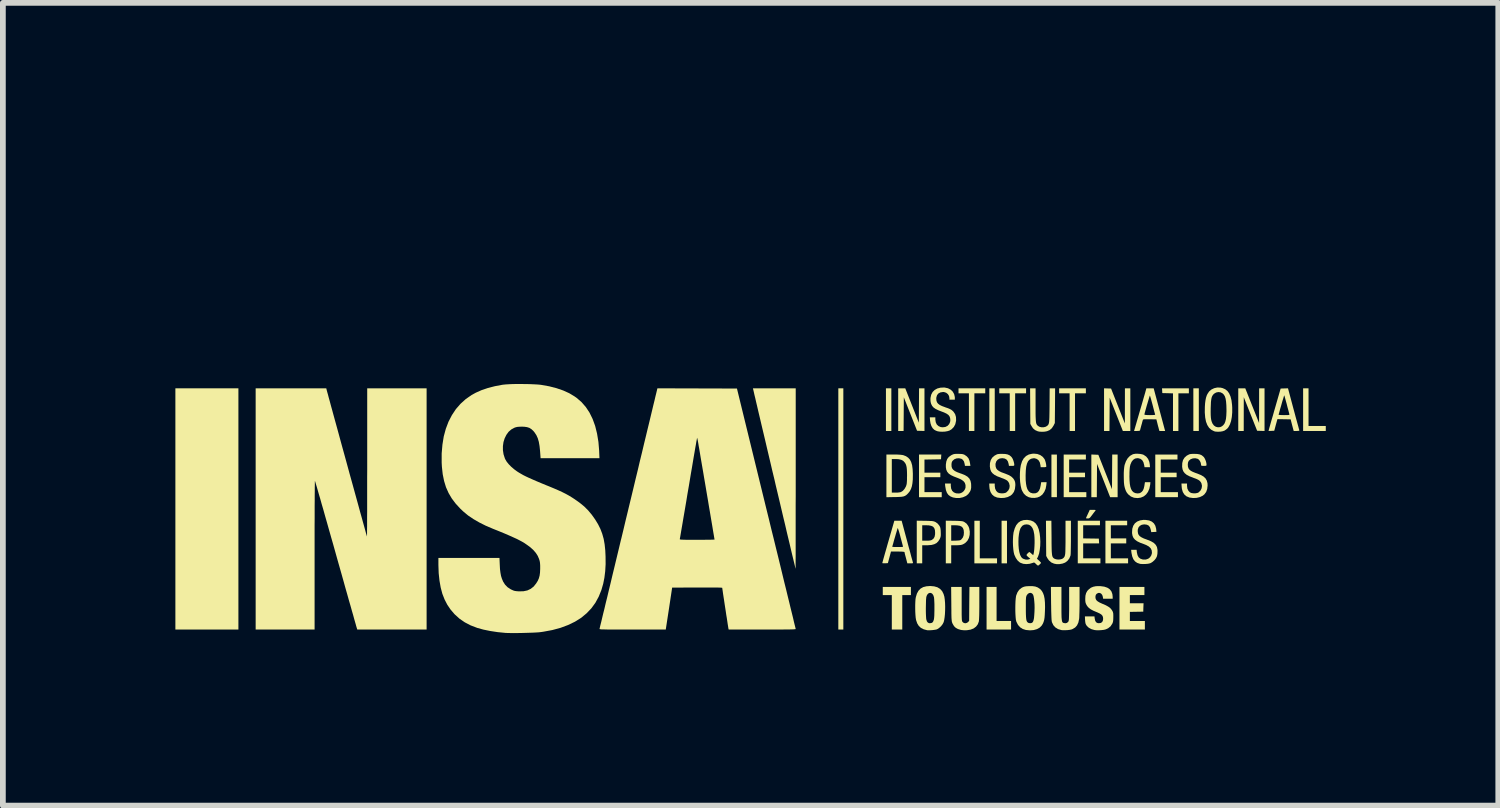
<source format=kicad_pcb>
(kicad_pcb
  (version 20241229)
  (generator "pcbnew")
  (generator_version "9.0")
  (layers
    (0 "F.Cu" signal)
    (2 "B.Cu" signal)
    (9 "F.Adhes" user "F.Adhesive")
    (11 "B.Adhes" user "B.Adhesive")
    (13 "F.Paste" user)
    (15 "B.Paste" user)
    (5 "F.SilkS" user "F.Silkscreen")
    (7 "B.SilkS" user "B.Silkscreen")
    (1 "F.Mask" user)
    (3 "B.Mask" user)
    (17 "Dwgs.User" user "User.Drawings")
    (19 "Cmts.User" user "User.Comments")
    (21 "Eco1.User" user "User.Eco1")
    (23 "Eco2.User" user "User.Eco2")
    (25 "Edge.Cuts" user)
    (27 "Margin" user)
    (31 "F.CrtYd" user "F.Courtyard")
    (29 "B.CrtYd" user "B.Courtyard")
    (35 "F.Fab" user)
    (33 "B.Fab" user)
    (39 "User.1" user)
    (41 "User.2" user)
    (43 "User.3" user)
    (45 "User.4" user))
  (footprint "INSA_Toulouse"
    (layer "F.Cu")
    (at 8.729 1.348)
    (property "Reference" "INSA_Toulouse" (at 0 -0.5 0) (unlocked yes) (layer "User.1") (effects (font (size 1 1) (thickness 0.15))))
    (fp_poly (pts (xy -7.633 6.55) (xy -8.729 6.55) (xy -8.729 2.355) (xy -7.633 2.355)) (stroke (width 0) (type solid)) (fill yes) (layer "F.SilkS"))
    (fp_poly (pts (xy 2.887 6.55) (xy 2.8 6.55) (xy 2.8 2.355) (xy 2.887 2.355)) (stroke (width 0) (type solid)) (fill yes) (layer "F.SilkS"))
    (fp_poly (pts (xy 3.722 3.097) (xy 3.628 3.097) (xy 3.628 2.355) (xy 3.722 2.355)) (stroke (width 0) (type solid)) (fill yes) (layer "F.SilkS"))
    (fp_poly (pts (xy 5.52 3.097) (xy 5.426 3.097) (xy 5.426 2.355) (xy 5.52 2.355)) (stroke (width 0) (type solid)) (fill yes) (layer "F.SilkS"))
    (fp_poly (pts (xy 5.733 5.399) (xy 5.639 5.399) (xy 5.639 4.658) (xy 5.733 4.658)) (stroke (width 0) (type solid)) (fill yes) (layer "F.SilkS"))
    (fp_poly (pts (xy 6.601 4.248) (xy 6.506 4.248) (xy 6.506 3.507) (xy 6.601 3.507)) (stroke (width 0) (type solid)) (fill yes) (layer "F.SilkS"))
    (fp_poly (pts (xy 9.069 3.097) (xy 8.974 3.097) (xy 8.974 2.355) (xy 9.069 2.355)) (stroke (width 0) (type solid)) (fill yes) (layer "F.SilkS"))
    (fp_poly (pts (xy 5.26 5.312) (xy 5.56 5.312) (xy 5.56 5.399) (xy 5.166 5.399) (xy 5.166 4.658) (xy 5.26 4.658)) (stroke (width 0) (type solid)) (fill yes) (layer "F.SilkS"))
    (fp_poly (pts (xy 5.552 6.401) (xy 5.804 6.401) (xy 5.804 6.55) (xy 5.378 6.55) (xy 5.378 5.809) (xy 5.552 5.809)) (stroke (width 0) (type solid)) (fill yes) (layer "F.SilkS"))
    (fp_poly (pts (xy 10.977 3.01) (xy 11.277 3.01) (xy 11.277 3.097) (xy 10.883 3.097) (xy 10.883 2.355) (xy 10.977 2.355)) (stroke (width 0) (type solid)) (fill yes) (layer "F.SilkS"))
    (fp_poly (pts (xy 4.062 5.951) (xy 3.912 5.951) (xy 3.912 6.55) (xy 3.73 6.55) (xy 3.73 5.951) (xy 3.573 5.951) (xy 3.573 5.809) (xy 4.062 5.809)) (stroke (width 0) (type solid)) (fill yes) (layer "F.SilkS"))
    (fp_poly (pts (xy 5.355 2.442) (xy 5.166 2.442) (xy 5.166 3.097) (xy 5.071 3.097) (xy 5.071 2.442) (xy 4.89 2.442) (xy 4.89 2.355) (xy 5.355 2.355)) (stroke (width 0) (type solid)) (fill yes) (layer "F.SilkS"))
    (fp_poly (pts (xy 6.065 2.442) (xy 5.875 2.442) (xy 5.875 3.097) (xy 5.781 3.097) (xy 5.781 2.442) (xy 5.599 2.442) (xy 5.599 2.355) (xy 6.065 2.355)) (stroke (width 0) (type solid)) (fill yes) (layer "F.SilkS"))
    (fp_poly (pts (xy 7.105 2.442) (xy 6.916 2.442) (xy 6.916 3.097) (xy 6.822 3.097) (xy 6.822 2.442) (xy 6.64 2.442) (xy 6.64 2.355) (xy 7.105 2.355)) (stroke (width 0) (type solid)) (fill yes) (layer "F.SilkS"))
    (fp_poly (pts (xy 8.896 2.442) (xy 8.714 2.442) (xy 8.714 3.097) (xy 8.62 3.097) (xy 8.62 2.443) (xy 8.527 2.44) (xy 8.434 2.438) (xy 8.432 2.397) (xy 8.429 2.355) (xy 8.896 2.355)) (stroke (width 0) (type solid)) (fill yes) (layer "F.SilkS"))
    (fp_poly (pts (xy 7.105 3.593) (xy 6.814 3.593) (xy 6.814 3.822) (xy 7.09 3.822) (xy 7.09 3.901) (xy 6.814 3.901) (xy 6.814 4.161) (xy 7.113 4.161) (xy 7.113 4.248) (xy 6.719 4.248) (xy 6.719 3.507) (xy 7.105 3.507)) (stroke (width 0) (type solid)) (fill yes) (layer "F.SilkS"))
    (fp_poly (pts (xy 7.823 4.737) (xy 7.539 4.737) (xy 7.539 4.965) (xy 7.807 4.965) (xy 7.807 5.052) (xy 7.539 5.052) (xy 7.539 5.312) (xy 7.839 5.312) (xy 7.839 5.399) (xy 7.445 5.399) (xy 7.445 4.658) (xy 7.823 4.658)) (stroke (width 0) (type solid)) (fill yes) (layer "F.SilkS"))
    (fp_poly (pts (xy 8.698 3.593) (xy 8.407 3.593) (xy 8.407 3.822) (xy 8.683 3.822) (xy 8.683 3.901) (xy 8.407 3.901) (xy 8.407 4.161) (xy 8.706 4.161) (xy 8.706 4.248) (xy 8.312 4.248) (xy 8.312 3.507) (xy 8.698 3.507)) (stroke (width 0) (type solid)) (fill yes) (layer "F.SilkS"))
    (fp_poly (pts (xy 10.212 3.097) (xy 10.083 3.093) (xy 9.851 2.509) (xy 9.85 3.097) (xy 9.755 3.097) (xy 9.755 2.355) (xy 9.816 2.355) (xy 9.877 2.355) (xy 9.997 2.657) (xy 10.117 2.959) (xy 10.118 2.355) (xy 10.212 2.355)) (stroke (width 0) (type solid)) (fill yes) (layer "F.SilkS"))
    (fp_poly (pts (xy 4.588 3.548) (xy 4.586 3.589) (xy 4.298 3.594) (xy 4.298 3.822) (xy 4.574 3.822) (xy 4.574 3.901) (xy 4.298 3.901) (xy 4.298 4.161) (xy 4.598 4.161) (xy 4.598 4.248) (xy 4.203 4.248) (xy 4.203 3.507) (xy 4.591 3.507)) (stroke (width 0) (type solid)) (fill yes) (layer "F.SilkS"))
    (fp_poly (pts (xy 4.082 2.654) (xy 4.2 2.953) (xy 4.202 2.654) (xy 4.204 2.355) (xy 4.298 2.355) (xy 4.298 3.097) (xy 4.234 3.095) (xy 4.169 3.093) (xy 3.939 2.511) (xy 3.937 2.804) (xy 3.935 3.097) (xy 3.841 3.097) (xy 3.841 2.355) (xy 3.964 2.355)) (stroke (width 0) (type solid)) (fill yes) (layer "F.SilkS"))
    (fp_poly (pts (xy 7.322 3.511) (xy 7.559 4.11) (xy 7.561 3.808) (xy 7.563 3.507) (xy 7.657 3.507) (xy 7.657 4.248) (xy 7.592 4.248) (xy 7.527 4.248) (xy 7.413 3.958) (xy 7.299 3.669) (xy 7.297 3.958) (xy 7.295 4.248) (xy 7.2 4.248) (xy 7.2 3.506)) (stroke (width 0) (type solid)) (fill yes) (layer "F.SilkS"))
    (fp_poly (pts (xy 7.35 4.737) (xy 7.058 4.737) (xy 7.058 4.965) (xy 7.194 4.967) (xy 7.33 4.969) (xy 7.333 5.011) (xy 7.335 5.052) (xy 7.058 5.052) (xy 7.058 5.312) (xy 7.358 5.312) (xy 7.358 5.399) (xy 6.964 5.399) (xy 6.964 4.658) (xy 7.35 4.658)) (stroke (width 0) (type solid)) (fill yes) (layer "F.SilkS"))
    (fp_poly (pts (xy 7.543 2.359) (xy 7.663 2.663) (xy 7.783 2.966) (xy 7.784 2.355) (xy 7.878 2.355) (xy 7.878 3.097) (xy 7.813 3.097) (xy 7.748 3.097) (xy 7.634 2.807) (xy 7.519 2.518) (xy 7.517 2.807) (xy 7.515 3.097) (xy 7.421 3.097) (xy 7.421 2.355)) (stroke (width 0) (type solid)) (fill yes) (layer "F.SilkS"))
    (fp_poly (pts (xy 8.123 5.951) (xy 7.87 5.951) (xy 7.87 6.093) (xy 8.108 6.093) (xy 8.105 6.166) (xy 8.103 6.239) (xy 7.987 6.241) (xy 7.87 6.243) (xy 7.87 6.401) (xy 8.131 6.401) (xy 8.131 6.55) (xy 7.689 6.55) (xy 7.689 5.809) (xy 8.123 5.809)) (stroke (width 0) (type solid)) (fill yes) (layer "F.SilkS"))
    (fp_poly (pts (xy 7.255 4.469) (xy 7.271 4.471) (xy 7.275 4.476) (xy 7.273 4.479) (xy 7.266 4.489) (xy 7.251 4.508) (xy 7.231 4.534) (xy 7.217 4.553) (xy 7.194 4.583) (xy 7.179 4.602) (xy 7.166 4.612) (xy 7.155 4.617) (xy 7.141 4.618) (xy 7.136 4.618) (xy 7.117 4.617) (xy 7.107 4.614) (xy 7.107 4.612) (xy 7.111 4.602) (xy 7.12 4.582) (xy 7.133 4.554) (xy 7.141 4.537) (xy 7.172 4.469) (xy 7.226 4.469)) (stroke (width 0) (type solid)) (fill yes) (layer "F.SilkS"))
    (fp_poly (pts (xy 4.813 4.659) (xy 4.865 4.66) (xy 4.904 4.662) (xy 4.932 4.664) (xy 4.953 4.666) (xy 4.968 4.67) (xy 4.982 4.675) (xy 4.989 4.679) (xy 5.031 4.709) (xy 5.06 4.75) (xy 5.075 4.786) (xy 5.086 4.846) (xy 5.084 4.904) (xy 5.071 4.957) (xy 5.046 5.004) (xy 5.01 5.042) (xy 4.973 5.065) (xy 4.952 5.074) (xy 4.931 5.079) (xy 4.906 5.082) (xy 4.872 5.084) (xy 4.848 5.084) (xy 4.763 5.084) (xy 4.763 5.399) (xy 4.669 5.399) (xy 4.669 4.737) (xy 4.763 4.737) (xy 4.763 5.006) (xy 4.842 5.004) (xy 4.878 5.002) (xy 4.903 5) (xy 4.92 4.996) (xy 4.932 4.989) (xy 4.941 4.981) (xy 4.966 4.949) (xy 4.98 4.91) (xy 4.984 4.865) (xy 4.98 4.819) (xy 4.967 4.785) (xy 4.945 4.761) (xy 4.911 4.745) (xy 4.864 4.738) (xy 4.832 4.737) (xy 4.763 4.737) (xy 4.669 4.737) (xy 4.669 4.657)) (stroke (width 0) (type solid)) (fill yes) (layer "F.SilkS"))
    (fp_poly (pts (xy 6.23 2.647) (xy 6.23 2.727) (xy 6.23 2.793) (xy 6.231 2.846) (xy 6.233 2.888) (xy 6.235 2.921) (xy 6.238 2.946) (xy 6.242 2.965) (xy 6.248 2.98) (xy 6.255 2.991) (xy 6.264 3.001) (xy 6.273 3.009) (xy 6.3 3.025) (xy 6.335 3.033) (xy 6.373 3.032) (xy 6.407 3.023) (xy 6.419 3.016) (xy 6.432 3.007) (xy 6.442 2.999) (xy 6.45 2.989) (xy 6.457 2.976) (xy 6.462 2.958) (xy 6.466 2.935) (xy 6.468 2.904) (xy 6.47 2.863) (xy 6.471 2.812) (xy 6.472 2.748) (xy 6.473 2.671) (xy 6.473 2.653) (xy 6.475 2.355) (xy 6.57 2.355) (xy 6.568 2.657) (xy 6.565 2.959) (xy 6.543 3.003) (xy 6.513 3.049) (xy 6.474 3.082) (xy 6.429 3.101) (xy 6.388 3.109) (xy 6.34 3.111) (xy 6.293 3.108) (xy 6.265 3.101) (xy 6.221 3.081) (xy 6.185 3.05) (xy 6.162 3.015) (xy 6.139 2.974) (xy 6.137 2.665) (xy 6.135 2.355) (xy 6.23 2.355)) (stroke (width 0) (type solid)) (fill yes) (layer "F.SilkS"))
    (fp_poly (pts (xy 4.308 4.659) (xy 4.36 4.66) (xy 4.398 4.662) (xy 4.427 4.663) (xy 4.447 4.666) (xy 4.463 4.67) (xy 4.477 4.675) (xy 4.492 4.682) (xy 4.527 4.707) (xy 4.554 4.74) (xy 4.566 4.76) (xy 4.573 4.778) (xy 4.577 4.799) (xy 4.58 4.828) (xy 4.581 4.857) (xy 4.582 4.894) (xy 4.581 4.92) (xy 4.577 4.941) (xy 4.571 4.959) (xy 4.563 4.977) (xy 4.538 5.016) (xy 4.508 5.046) (xy 4.469 5.066) (xy 4.42 5.079) (xy 4.359 5.084) (xy 4.341 5.084) (xy 4.259 5.084) (xy 4.259 5.399) (xy 4.164 5.399) (xy 4.164 4.737) (xy 4.259 4.737) (xy 4.259 5.005) (xy 4.332 5.005) (xy 4.37 5.004) (xy 4.397 5.001) (xy 4.416 4.996) (xy 4.43 4.989) (xy 4.457 4.967) (xy 4.474 4.936) (xy 4.482 4.896) (xy 4.483 4.867) (xy 4.48 4.821) (xy 4.468 4.786) (xy 4.447 4.761) (xy 4.414 4.746) (xy 4.37 4.738) (xy 4.332 4.737) (xy 4.259 4.737) (xy 4.164 4.737) (xy 4.164 4.657)) (stroke (width 0) (type solid)) (fill yes) (layer "F.SilkS"))
    (fp_poly (pts (xy 2.059 3.925) (xy 2.059 4.081) (xy 2.059 4.232) (xy 2.058 4.379) (xy 2.058 4.52) (xy 2.058 4.655) (xy 2.058 4.782) (xy 2.058 4.902) (xy 2.058 5.012) (xy 2.058 5.113) (xy 2.058 5.204) (xy 2.058 5.284) (xy 2.057 5.352) (xy 2.057 5.408) (xy 2.057 5.45) (xy 2.057 5.479) (xy 2.057 5.493) (xy 2.057 5.494) (xy 2.055 5.486) (xy 2.049 5.464) (xy 2.041 5.428) (xy 2.029 5.379) (xy 2.014 5.317) (xy 1.996 5.243) (xy 1.976 5.159) (xy 1.954 5.064) (xy 1.929 4.96) (xy 1.902 4.847) (xy 1.874 4.725) (xy 1.843 4.597) (xy 1.811 4.461) (xy 1.778 4.32) (xy 1.743 4.173) (xy 1.707 4.022) (xy 1.689 3.942) (xy 1.652 3.789) (xy 1.617 3.639) (xy 1.583 3.495) (xy 1.55 3.355) (xy 1.519 3.222) (xy 1.489 3.096) (xy 1.461 2.978) (xy 1.435 2.867) (xy 1.411 2.766) (xy 1.39 2.675) (xy 1.371 2.595) (xy 1.355 2.525) (xy 1.341 2.468) (xy 1.331 2.423) (xy 1.324 2.393) (xy 1.32 2.376) (xy 1.319 2.373) (xy 1.315 2.355) (xy 2.059 2.355)) (stroke (width 0) (type solid)) (fill yes) (layer "F.SilkS"))
    (fp_poly (pts (xy 6.508 4.956) (xy 6.508 5.036) (xy 6.509 5.103) (xy 6.51 5.157) (xy 6.512 5.2) (xy 6.515 5.233) (xy 6.518 5.258) (xy 6.523 5.277) (xy 6.529 5.291) (xy 6.537 5.301) (xy 6.546 5.31) (xy 6.558 5.318) (xy 6.559 5.318) (xy 6.585 5.328) (xy 6.62 5.333) (xy 6.655 5.331) (xy 6.687 5.323) (xy 6.701 5.316) (xy 6.713 5.307) (xy 6.723 5.297) (xy 6.731 5.286) (xy 6.737 5.272) (xy 6.742 5.253) (xy 6.746 5.228) (xy 6.748 5.195) (xy 6.749 5.153) (xy 6.75 5.099) (xy 6.751 5.033) (xy 6.751 4.953) (xy 6.751 4.952) (xy 6.751 4.658) (xy 6.845 4.658) (xy 6.845 4.948) (xy 6.845 5.019) (xy 6.844 5.084) (xy 6.843 5.142) (xy 6.842 5.192) (xy 6.841 5.23) (xy 6.839 5.255) (xy 6.837 5.265) (xy 6.817 5.314) (xy 6.784 5.356) (xy 6.744 5.386) (xy 6.699 5.403) (xy 6.647 5.412) (xy 6.593 5.412) (xy 6.551 5.404) (xy 6.503 5.383) (xy 6.463 5.348) (xy 6.435 5.308) (xy 6.415 5.27) (xy 6.413 4.964) (xy 6.411 4.658) (xy 6.505 4.658)) (stroke (width 0) (type solid)) (fill yes) (layer "F.SilkS"))
    (fp_poly (pts (xy 4.945 6.104) (xy 4.945 6.18) (xy 4.945 6.242) (xy 4.945 6.291) (xy 4.946 6.329) (xy 4.947 6.358) (xy 4.948 6.379) (xy 4.95 6.394) (xy 4.953 6.404) (xy 4.956 6.412) (xy 4.96 6.418) (xy 4.961 6.419) (xy 4.983 6.436) (xy 5.011 6.441) (xy 5.038 6.433) (xy 5.056 6.42) (xy 5.075 6.399) (xy 5.077 6.104) (xy 5.08 5.809) (xy 5.252 5.809) (xy 5.252 6.089) (xy 5.252 6.169) (xy 5.251 6.24) (xy 5.25 6.301) (xy 5.248 6.35) (xy 5.246 6.386) (xy 5.244 6.407) (xy 5.244 6.409) (xy 5.226 6.458) (xy 5.195 6.499) (xy 5.153 6.531) (xy 5.099 6.552) (xy 5.036 6.562) (xy 5.035 6.562) (xy 4.989 6.563) (xy 4.947 6.559) (xy 4.929 6.556) (xy 4.88 6.541) (xy 4.842 6.52) (xy 4.813 6.492) (xy 4.789 6.452) (xy 4.785 6.444) (xy 4.781 6.433) (xy 4.777 6.423) (xy 4.774 6.411) (xy 4.772 6.395) (xy 4.77 6.375) (xy 4.768 6.348) (xy 4.767 6.312) (xy 4.766 6.267) (xy 4.766 6.21) (xy 4.765 6.139) (xy 4.765 6.107) (xy 4.762 5.809) (xy 4.945 5.809)) (stroke (width 0) (type solid)) (fill yes) (layer "F.SilkS"))
    (fp_poly (pts (xy 6.68 6.097) (xy 6.68 6.178) (xy 6.68 6.244) (xy 6.681 6.297) (xy 6.682 6.339) (xy 6.685 6.371) (xy 6.688 6.394) (xy 6.692 6.411) (xy 6.697 6.422) (xy 6.704 6.429) (xy 6.712 6.434) (xy 6.715 6.435) (xy 6.748 6.441) (xy 6.777 6.434) (xy 6.799 6.414) (xy 6.802 6.408) (xy 6.805 6.4) (xy 6.808 6.386) (xy 6.81 6.367) (xy 6.811 6.34) (xy 6.812 6.304) (xy 6.813 6.258) (xy 6.814 6.199) (xy 6.814 6.126) (xy 6.814 6.097) (xy 6.814 5.809) (xy 6.995 5.809) (xy 6.995 6.06) (xy 6.995 6.124) (xy 6.994 6.186) (xy 6.993 6.243) (xy 6.991 6.293) (xy 6.99 6.333) (xy 6.988 6.361) (xy 6.987 6.368) (xy 6.974 6.429) (xy 6.951 6.478) (xy 6.918 6.515) (xy 6.874 6.541) (xy 6.861 6.547) (xy 6.827 6.555) (xy 6.784 6.56) (xy 6.739 6.562) (xy 6.697 6.561) (xy 6.678 6.559) (xy 6.62 6.542) (xy 6.574 6.513) (xy 6.539 6.474) (xy 6.515 6.423) (xy 6.514 6.42) (xy 6.511 6.404) (xy 6.508 6.377) (xy 6.506 6.338) (xy 6.504 6.286) (xy 6.502 6.219) (xy 6.501 6.138) (xy 6.5 6.099) (xy 6.497 5.809) (xy 6.68 5.809)) (stroke (width 0) (type solid)) (fill yes) (layer "F.SilkS"))
    (fp_poly (pts (xy 3.827 3.507) (xy 3.876 3.51) (xy 3.911 3.514) (xy 3.931 3.518) (xy 3.977 3.536) (xy 4.015 3.562) (xy 4.045 3.595) (xy 4.067 3.638) (xy 4.083 3.692) (xy 4.092 3.759) (xy 4.096 3.838) (xy 4.096 3.861) (xy 4.095 3.94) (xy 4.089 4.005) (xy 4.079 4.059) (xy 4.064 4.104) (xy 4.044 4.143) (xy 4.017 4.177) (xy 3.996 4.199) (xy 3.977 4.215) (xy 3.956 4.227) (xy 3.931 4.236) (xy 3.9 4.241) (xy 3.859 4.244) (xy 3.806 4.246) (xy 3.78 4.246) (xy 3.636 4.249) (xy 3.636 4.169) (xy 3.73 4.169) (xy 3.798 4.169) (xy 3.835 4.168) (xy 3.867 4.164) (xy 3.889 4.159) (xy 3.89 4.158) (xy 3.922 4.138) (xy 3.951 4.105) (xy 3.974 4.065) (xy 3.98 4.049) (xy 3.986 4.03) (xy 3.99 4.009) (xy 3.992 3.982) (xy 3.994 3.947) (xy 3.994 3.901) (xy 3.995 3.873) (xy 3.994 3.814) (xy 3.992 3.767) (xy 3.988 3.73) (xy 3.982 3.701) (xy 3.974 3.677) (xy 3.962 3.655) (xy 3.957 3.648) (xy 3.931 3.619) (xy 3.895 3.599) (xy 3.85 3.588) (xy 3.8 3.585) (xy 3.73 3.585) (xy 3.73 4.169) (xy 3.636 4.169) (xy 3.636 3.507) (xy 3.765 3.507)) (stroke (width 0) (type solid)) (fill yes) (layer "F.SilkS"))
    (fp_poly (pts (xy 6.261 3.497) (xy 6.312 3.516) (xy 6.354 3.546) (xy 6.386 3.586) (xy 6.391 3.597) (xy 6.399 3.619) (xy 6.407 3.647) (xy 6.413 3.676) (xy 6.416 3.701) (xy 6.416 3.718) (xy 6.415 3.721) (xy 6.405 3.724) (xy 6.385 3.727) (xy 6.365 3.727) (xy 6.319 3.727) (xy 6.315 3.693) (xy 6.304 3.644) (xy 6.283 3.608) (xy 6.253 3.584) (xy 6.216 3.572) (xy 6.188 3.572) (xy 6.152 3.58) (xy 6.122 3.598) (xy 6.098 3.626) (xy 6.08 3.667) (xy 6.067 3.719) (xy 6.06 3.785) (xy 6.057 3.865) (xy 6.057 3.877) (xy 6.058 3.953) (xy 6.064 4.014) (xy 6.073 4.064) (xy 6.086 4.104) (xy 6.09 4.113) (xy 6.114 4.149) (xy 6.143 4.171) (xy 6.182 4.182) (xy 6.188 4.182) (xy 6.229 4.18) (xy 6.262 4.166) (xy 6.288 4.138) (xy 6.307 4.097) (xy 6.319 4.043) (xy 6.328 3.988) (xy 6.422 3.988) (xy 6.417 4.039) (xy 6.405 4.102) (xy 6.381 4.157) (xy 6.348 4.203) (xy 6.305 4.236) (xy 6.263 4.253) (xy 6.213 4.261) (xy 6.161 4.26) (xy 6.112 4.249) (xy 6.112 4.249) (xy 6.065 4.224) (xy 6.026 4.187) (xy 5.997 4.138) (xy 5.986 4.112) (xy 5.972 4.053) (xy 5.962 3.984) (xy 5.957 3.909) (xy 5.958 3.831) (xy 5.963 3.757) (xy 5.974 3.69) (xy 5.975 3.688) (xy 5.995 3.624) (xy 6.025 3.572) (xy 6.065 3.532) (xy 6.113 3.506) (xy 6.17 3.493) (xy 6.202 3.491)) (stroke (width 0) (type solid)) (fill yes) (layer "F.SilkS"))
    (fp_poly (pts (xy 10.716 2.715) (xy 10.736 2.788) (xy 10.754 2.856) (xy 10.771 2.918) (xy 10.786 2.973) (xy 10.799 3.019) (xy 10.808 3.054) (xy 10.815 3.077) (xy 10.817 3.086) (xy 10.816 3.092) (xy 10.806 3.095) (xy 10.783 3.096) (xy 10.77 3.097) (xy 10.719 3.097) (xy 10.692 2.996) (xy 10.666 2.895) (xy 10.551 2.893) (xy 10.436 2.891) (xy 10.408 2.992) (xy 10.381 3.093) (xy 10.331 3.095) (xy 10.282 3.097) (xy 10.287 3.075) (xy 10.29 3.063) (xy 10.297 3.038) (xy 10.308 3) (xy 10.321 2.953) (xy 10.337 2.896) (xy 10.356 2.833) (xy 10.361 2.815) (xy 10.457 2.815) (xy 10.464 2.817) (xy 10.484 2.819) (xy 10.514 2.82) (xy 10.551 2.821) (xy 10.552 2.821) (xy 10.593 2.82) (xy 10.619 2.82) (xy 10.635 2.818) (xy 10.643 2.815) (xy 10.645 2.81) (xy 10.643 2.803) (xy 10.643 2.803) (xy 10.64 2.79) (xy 10.633 2.764) (xy 10.624 2.729) (xy 10.612 2.686) (xy 10.6 2.638) (xy 10.598 2.629) (xy 10.585 2.583) (xy 10.574 2.542) (xy 10.565 2.509) (xy 10.558 2.487) (xy 10.554 2.477) (xy 10.554 2.476) (xy 10.551 2.484) (xy 10.545 2.505) (xy 10.536 2.536) (xy 10.524 2.573) (xy 10.512 2.615) (xy 10.5 2.659) (xy 10.487 2.702) (xy 10.476 2.742) (xy 10.467 2.776) (xy 10.46 2.8) (xy 10.457 2.813) (xy 10.457 2.815) (xy 10.361 2.815) (xy 10.375 2.765) (xy 10.392 2.706) (xy 10.492 2.359) (xy 10.556 2.357) (xy 10.62 2.355)) (stroke (width 0) (type solid)) (fill yes) (layer "F.SilkS"))
    (fp_poly (pts (xy 8.049 3.496) (xy 8.085 3.503) (xy 8.108 3.511) (xy 8.154 3.542) (xy 8.187 3.583) (xy 8.208 3.634) (xy 8.216 3.678) (xy 8.22 3.727) (xy 8.125 3.727) (xy 8.119 3.69) (xy 8.106 3.641) (xy 8.084 3.604) (xy 8.053 3.581) (xy 8.013 3.57) (xy 7.998 3.57) (xy 7.96 3.577) (xy 7.927 3.599) (xy 7.9 3.633) (xy 7.88 3.679) (xy 7.871 3.716) (xy 7.868 3.742) (xy 7.865 3.779) (xy 7.863 3.823) (xy 7.863 3.869) (xy 7.862 3.877) (xy 7.864 3.954) (xy 7.869 4.016) (xy 7.878 4.067) (xy 7.891 4.106) (xy 7.908 4.137) (xy 7.931 4.16) (xy 7.935 4.163) (xy 7.964 4.177) (xy 8 4.183) (xy 8.034 4.18) (xy 8.05 4.174) (xy 8.076 4.156) (xy 8.097 4.131) (xy 8.111 4.098) (xy 8.122 4.053) (xy 8.126 4.025) (xy 8.132 3.988) (xy 8.227 3.988) (xy 8.223 4.034) (xy 8.209 4.1) (xy 8.185 4.156) (xy 8.152 4.201) (xy 8.11 4.235) (xy 8.06 4.256) (xy 8.004 4.264) (xy 7.943 4.258) (xy 7.937 4.256) (xy 7.887 4.236) (xy 7.845 4.202) (xy 7.84 4.197) (xy 7.818 4.17) (xy 7.802 4.142) (xy 7.789 4.108) (xy 7.779 4.074) (xy 7.772 4.04) (xy 7.767 3.994) (xy 7.765 3.94) (xy 7.764 3.882) (xy 7.764 3.824) (xy 7.767 3.77) (xy 7.772 3.724) (xy 7.778 3.689) (xy 7.778 3.689) (xy 7.802 3.623) (xy 7.833 3.57) (xy 7.872 3.53) (xy 7.917 3.504) (xy 7.936 3.498) (xy 7.968 3.493) (xy 8.008 3.493)) (stroke (width 0) (type solid)) (fill yes) (layer "F.SilkS"))
    (fp_poly (pts (xy 8.221 2.355) (xy 8.284 2.355) (xy 8.483 3.097) (xy 8.384 3.097) (xy 8.374 3.063) (xy 8.368 3.039) (xy 8.359 3.007) (xy 8.35 2.971) (xy 8.348 2.962) (xy 8.331 2.895) (xy 8.215 2.893) (xy 8.17 2.893) (xy 8.139 2.893) (xy 8.118 2.894) (xy 8.105 2.896) (xy 8.099 2.9) (xy 8.096 2.905) (xy 8.092 2.918) (xy 8.085 2.943) (xy 8.077 2.975) (xy 8.071 2.994) (xy 8.062 3.028) (xy 8.054 3.057) (xy 8.049 3.077) (xy 8.047 3.083) (xy 8.042 3.091) (xy 8.029 3.095) (xy 8.007 3.096) (xy 7.993 3.097) (xy 7.943 3.097) (xy 8.026 2.811) (xy 8.123 2.811) (xy 8.128 2.815) (xy 8.145 2.818) (xy 8.174 2.82) (xy 8.218 2.821) (xy 8.218 2.821) (xy 8.259 2.82) (xy 8.286 2.819) (xy 8.302 2.817) (xy 8.309 2.814) (xy 8.309 2.809) (xy 8.309 2.809) (xy 8.306 2.798) (xy 8.299 2.774) (xy 8.29 2.74) (xy 8.279 2.698) (xy 8.267 2.651) (xy 8.264 2.639) (xy 8.251 2.592) (xy 8.24 2.55) (xy 8.23 2.517) (xy 8.223 2.493) (xy 8.219 2.482) (xy 8.218 2.481) (xy 8.215 2.489) (xy 8.208 2.508) (xy 8.199 2.538) (xy 8.188 2.575) (xy 8.176 2.616) (xy 8.163 2.659) (xy 8.151 2.702) (xy 8.14 2.741) (xy 8.131 2.774) (xy 8.125 2.798) (xy 8.123 2.811) (xy 8.123 2.811) (xy 8.026 2.811) (xy 8.033 2.787) (xy 8.053 2.717) (xy 8.073 2.65) (xy 8.091 2.587) (xy 8.107 2.531) (xy 8.121 2.483) (xy 8.132 2.445) (xy 8.139 2.421) (xy 8.14 2.416) (xy 8.157 2.355)) (stroke (width 0) (type solid)) (fill yes) (layer "F.SilkS"))
    (fp_poly (pts (xy 9.446 2.343) (xy 9.482 2.351) (xy 9.528 2.371) (xy 9.566 2.401) (xy 9.596 2.442) (xy 9.62 2.496) (xy 9.637 2.562) (xy 9.647 2.642) (xy 9.65 2.69) (xy 9.65 2.775) (xy 9.643 2.854) (xy 9.63 2.924) (xy 9.61 2.983) (xy 9.584 3.031) (xy 9.567 3.052) (xy 9.546 3.07) (xy 9.52 3.088) (xy 9.515 3.091) (xy 9.482 3.102) (xy 9.44 3.109) (xy 9.396 3.11) (xy 9.355 3.107) (xy 9.334 3.101) (xy 9.286 3.076) (xy 9.247 3.041) (xy 9.217 2.994) (xy 9.194 2.935) (xy 9.18 2.863) (xy 9.173 2.778) (xy 9.173 2.765) (xy 9.275 2.765) (xy 9.276 2.822) (xy 9.279 2.868) (xy 9.285 2.906) (xy 9.294 2.937) (xy 9.306 2.966) (xy 9.308 2.969) (xy 9.332 3.002) (xy 9.365 3.024) (xy 9.402 3.033) (xy 9.44 3.03) (xy 9.472 3.015) (xy 9.496 2.994) (xy 9.516 2.967) (xy 9.53 2.932) (xy 9.541 2.887) (xy 9.547 2.831) (xy 9.55 2.761) (xy 9.55 2.725) (xy 9.548 2.648) (xy 9.543 2.585) (xy 9.535 2.535) (xy 9.522 2.495) (xy 9.504 2.465) (xy 9.482 2.443) (xy 9.448 2.425) (xy 9.409 2.42) (xy 9.37 2.428) (xy 9.336 2.448) (xy 9.327 2.456) (xy 9.312 2.474) (xy 9.3 2.494) (xy 9.291 2.519) (xy 9.285 2.551) (xy 9.28 2.592) (xy 9.278 2.644) (xy 9.276 2.694) (xy 9.275 2.765) (xy 9.173 2.765) (xy 9.174 2.68) (xy 9.174 2.679) (xy 9.178 2.615) (xy 9.185 2.563) (xy 9.194 2.519) (xy 9.207 2.479) (xy 9.219 2.454) (xy 9.248 2.41) (xy 9.288 2.376) (xy 9.336 2.353) (xy 9.39 2.341)) (stroke (width 0) (type solid)) (fill yes) (layer "F.SilkS"))
    (fp_poly (pts (xy 3.998 5.018) (xy 4.017 5.091) (xy 4.036 5.159) (xy 4.053 5.221) (xy 4.067 5.276) (xy 4.08 5.322) (xy 4.09 5.357) (xy 4.096 5.379) (xy 4.098 5.388) (xy 4.098 5.394) (xy 4.087 5.398) (xy 4.064 5.399) (xy 4.052 5.399) (xy 4 5.399) (xy 3.976 5.306) (xy 3.966 5.269) (xy 3.958 5.238) (xy 3.953 5.215) (xy 3.951 5.204) (xy 3.951 5.203) (xy 3.946 5.2) (xy 3.93 5.197) (xy 3.901 5.195) (xy 3.858 5.194) (xy 3.833 5.194) (xy 3.715 5.194) (xy 3.71 5.216) (xy 3.705 5.233) (xy 3.698 5.26) (xy 3.689 5.294) (xy 3.683 5.316) (xy 3.662 5.395) (xy 3.613 5.398) (xy 3.588 5.398) (xy 3.57 5.396) (xy 3.564 5.394) (xy 3.567 5.385) (xy 3.573 5.363) (xy 3.582 5.328) (xy 3.595 5.283) (xy 3.61 5.229) (xy 3.628 5.167) (xy 3.644 5.111) (xy 3.738 5.111) (xy 3.746 5.113) (xy 3.766 5.114) (xy 3.796 5.115) (xy 3.832 5.115) (xy 3.834 5.115) (xy 3.874 5.115) (xy 3.901 5.114) (xy 3.917 5.112) (xy 3.924 5.109) (xy 3.925 5.104) (xy 3.925 5.104) (xy 3.921 5.093) (xy 3.915 5.069) (xy 3.906 5.035) (xy 3.895 4.993) (xy 3.882 4.946) (xy 3.879 4.933) (xy 3.867 4.887) (xy 3.855 4.846) (xy 3.845 4.815) (xy 3.838 4.794) (xy 3.833 4.785) (xy 3.832 4.786) (xy 3.829 4.795) (xy 3.822 4.817) (xy 3.813 4.849) (xy 3.801 4.887) (xy 3.789 4.93) (xy 3.776 4.973) (xy 3.764 5.015) (xy 3.754 5.053) (xy 3.745 5.083) (xy 3.74 5.103) (xy 3.738 5.111) (xy 3.644 5.111) (xy 3.647 5.099) (xy 3.668 5.026) (xy 3.669 5.023) (xy 3.774 4.658) (xy 3.901 4.658)) (stroke (width 0) (type solid)) (fill yes) (layer "F.SilkS"))
    (fp_poly (pts (xy 8.146 4.644) (xy 8.205 4.653) (xy 8.252 4.673) (xy 8.288 4.704) (xy 8.313 4.745) (xy 8.327 4.798) (xy 8.329 4.82) (xy 8.332 4.851) (xy 8.242 4.856) (xy 8.233 4.813) (xy 8.22 4.772) (xy 8.198 4.743) (xy 8.166 4.727) (xy 8.123 4.721) (xy 8.12 4.721) (xy 8.077 4.728) (xy 8.043 4.747) (xy 8.019 4.776) (xy 8.007 4.815) (xy 8.007 4.846) (xy 8.012 4.878) (xy 8.023 4.904) (xy 8.043 4.927) (xy 8.073 4.947) (xy 8.114 4.967) (xy 8.169 4.987) (xy 8.176 4.99) (xy 8.238 5.015) (xy 8.286 5.043) (xy 8.319 5.076) (xy 8.341 5.115) (xy 8.35 5.162) (xy 8.351 5.184) (xy 8.349 5.235) (xy 8.341 5.275) (xy 8.325 5.309) (xy 8.301 5.34) (xy 8.293 5.348) (xy 8.265 5.373) (xy 8.237 5.391) (xy 8.221 5.398) (xy 8.186 5.406) (xy 8.142 5.41) (xy 8.097 5.411) (xy 8.057 5.409) (xy 8.045 5.407) (xy 7.997 5.391) (xy 7.96 5.365) (xy 7.931 5.328) (xy 7.911 5.279) (xy 7.898 5.217) (xy 7.897 5.208) (xy 7.892 5.163) (xy 7.987 5.163) (xy 7.992 5.209) (xy 8.003 5.257) (xy 8.022 5.293) (xy 8.051 5.317) (xy 8.09 5.331) (xy 8.105 5.333) (xy 8.15 5.332) (xy 8.19 5.318) (xy 8.221 5.293) (xy 8.243 5.259) (xy 8.254 5.22) (xy 8.25 5.176) (xy 8.249 5.171) (xy 8.232 5.137) (xy 8.2 5.106) (xy 8.153 5.08) (xy 8.113 5.064) (xy 8.048 5.04) (xy 7.997 5.015) (xy 7.96 4.988) (xy 7.933 4.957) (xy 7.917 4.922) (xy 7.909 4.881) (xy 7.908 4.86) (xy 7.912 4.798) (xy 7.929 4.745) (xy 7.957 4.703) (xy 7.997 4.672) (xy 8.047 4.652) (xy 8.107 4.643)) (stroke (width 0) (type solid)) (fill yes) (layer "F.SilkS"))
    (fp_poly (pts (xy 4.466 5.799) (xy 4.523 5.815) (xy 4.569 5.843) (xy 4.605 5.882) (xy 4.63 5.932) (xy 4.644 5.979) (xy 4.651 6.028) (xy 4.656 6.087) (xy 4.658 6.151) (xy 4.657 6.217) (xy 4.654 6.282) (xy 4.648 6.34) (xy 4.64 6.39) (xy 4.632 6.421) (xy 4.615 6.455) (xy 4.589 6.489) (xy 4.557 6.519) (xy 4.525 6.541) (xy 4.507 6.549) (xy 4.48 6.554) (xy 4.444 6.559) (xy 4.406 6.562) (xy 4.372 6.563) (xy 4.346 6.562) (xy 4.345 6.562) (xy 4.285 6.546) (xy 4.237 6.522) (xy 4.2 6.488) (xy 4.172 6.443) (xy 4.152 6.385) (xy 4.151 6.378) (xy 4.145 6.343) (xy 4.141 6.296) (xy 4.138 6.241) (xy 4.137 6.183) (xy 4.137 6.178) (xy 4.322 6.178) (xy 4.322 6.229) (xy 4.323 6.277) (xy 4.325 6.319) (xy 4.327 6.352) (xy 4.329 6.371) (xy 4.34 6.407) (xy 4.356 6.428) (xy 4.377 6.439) (xy 4.393 6.44) (xy 4.423 6.435) (xy 4.439 6.425) (xy 4.45 6.409) (xy 4.459 6.384) (xy 4.463 6.37) (xy 4.466 6.346) (xy 4.469 6.309) (xy 4.47 6.264) (xy 4.471 6.213) (xy 4.471 6.16) (xy 4.471 6.108) (xy 4.469 6.061) (xy 4.467 6.022) (xy 4.464 5.993) (xy 4.464 5.99) (xy 4.451 5.952) (xy 4.432 5.926) (xy 4.409 5.913) (xy 4.385 5.913) (xy 4.362 5.925) (xy 4.342 5.95) (xy 4.33 5.983) (xy 4.328 6.003) (xy 4.325 6.036) (xy 4.324 6.078) (xy 4.323 6.126) (xy 4.322 6.178) (xy 4.137 6.178) (xy 4.137 6.124) (xy 4.139 6.069) (xy 4.142 6.022) (xy 4.148 5.987) (xy 4.148 5.987) (xy 4.167 5.924) (xy 4.194 5.875) (xy 4.23 5.838) (xy 4.276 5.812) (xy 4.332 5.798) (xy 4.397 5.793)) (stroke (width 0) (type solid)) (fill yes) (layer "F.SilkS"))
    (fp_poly (pts (xy 4.651 2.342) (xy 4.707 2.354) (xy 4.753 2.378) (xy 4.789 2.412) (xy 4.814 2.456) (xy 4.826 2.508) (xy 4.826 2.528) (xy 4.826 2.552) (xy 4.732 2.552) (xy 4.732 2.527) (xy 4.725 2.488) (xy 4.705 2.456) (xy 4.675 2.432) (xy 4.638 2.42) (xy 4.621 2.419) (xy 4.576 2.426) (xy 4.541 2.444) (xy 4.517 2.473) (xy 4.505 2.512) (xy 4.503 2.534) (xy 4.506 2.569) (xy 4.516 2.598) (xy 4.534 2.622) (xy 4.563 2.644) (xy 4.604 2.664) (xy 4.658 2.684) (xy 4.662 2.686) (xy 4.707 2.701) (xy 4.739 2.715) (xy 4.764 2.728) (xy 4.783 2.743) (xy 4.802 2.761) (xy 4.804 2.764) (xy 4.831 2.804) (xy 4.846 2.854) (xy 4.848 2.909) (xy 4.847 2.921) (xy 4.834 2.98) (xy 4.808 3.028) (xy 4.771 3.066) (xy 4.734 3.089) (xy 4.699 3.1) (xy 4.654 3.108) (xy 4.606 3.11) (xy 4.56 3.108) (xy 4.526 3.102) (xy 4.498 3.092) (xy 4.472 3.078) (xy 4.466 3.074) (xy 4.44 3.048) (xy 4.418 3.01) (xy 4.403 2.964) (xy 4.395 2.915) (xy 4.395 2.915) (xy 4.391 2.86) (xy 4.487 2.86) (xy 4.487 2.898) (xy 4.494 2.945) (xy 4.512 2.984) (xy 4.542 3.012) (xy 4.58 3.029) (xy 4.616 3.033) (xy 4.661 3.027) (xy 4.699 3.008) (xy 4.727 2.978) (xy 4.744 2.94) (xy 4.748 2.907) (xy 4.744 2.872) (xy 4.733 2.842) (xy 4.713 2.817) (xy 4.681 2.795) (xy 4.637 2.774) (xy 4.594 2.758) (xy 4.535 2.735) (xy 4.489 2.712) (xy 4.455 2.688) (xy 4.431 2.66) (xy 4.415 2.628) (xy 4.408 2.605) (xy 4.403 2.575) (xy 4.402 2.539) (xy 4.403 2.521) (xy 4.415 2.466) (xy 4.439 2.42) (xy 4.475 2.384) (xy 4.521 2.358) (xy 4.576 2.344) (xy 4.638 2.341)) (stroke (width 0) (type solid)) (fill yes) (layer "F.SilkS"))
    (fp_poly (pts (xy 4.886 3.495) (xy 4.925 3.496) (xy 4.953 3.498) (xy 4.974 3.503) (xy 4.993 3.51) (xy 4.996 3.512) (xy 5.035 3.539) (xy 5.064 3.573) (xy 5.082 3.618) (xy 5.091 3.663) (xy 5.097 3.704) (xy 5.002 3.704) (xy 4.997 3.671) (xy 4.985 3.627) (xy 4.964 3.597) (xy 4.941 3.581) (xy 4.898 3.571) (xy 4.856 3.574) (xy 4.817 3.589) (xy 4.787 3.616) (xy 4.784 3.619) (xy 4.773 3.641) (xy 4.768 3.67) (xy 4.768 3.687) (xy 4.77 3.72) (xy 4.78 3.748) (xy 4.798 3.771) (xy 4.826 3.793) (xy 4.866 3.813) (xy 4.919 3.833) (xy 4.943 3.841) (xy 5.002 3.865) (xy 5.047 3.892) (xy 5.079 3.925) (xy 5.099 3.965) (xy 5.109 4.014) (xy 5.11 4.048) (xy 5.11 4.083) (xy 5.106 4.109) (xy 5.099 4.132) (xy 5.088 4.154) (xy 5.058 4.196) (xy 5.017 4.228) (xy 4.967 4.25) (xy 4.911 4.262) (xy 4.851 4.263) (xy 4.794 4.253) (xy 4.75 4.235) (xy 4.715 4.209) (xy 4.689 4.173) (xy 4.671 4.125) (xy 4.66 4.064) (xy 4.658 4.049) (xy 4.655 4.011) (xy 4.756 4.011) (xy 4.756 4.051) (xy 4.762 4.099) (xy 4.78 4.138) (xy 4.809 4.165) (xy 4.847 4.181) (xy 4.894 4.184) (xy 4.919 4.181) (xy 4.952 4.167) (xy 4.982 4.142) (xy 5.003 4.109) (xy 5.012 4.081) (xy 5.012 4.037) (xy 5 3.999) (xy 4.974 3.967) (xy 4.933 3.939) (xy 4.878 3.915) (xy 4.872 3.913) (xy 4.807 3.888) (xy 4.757 3.864) (xy 4.719 3.837) (xy 4.693 3.806) (xy 4.677 3.77) (xy 4.67 3.728) (xy 4.67 3.681) (xy 4.678 3.627) (xy 4.694 3.584) (xy 4.721 3.549) (xy 4.76 3.521) (xy 4.763 3.519) (xy 4.785 3.508) (xy 4.803 3.501) (xy 4.822 3.497) (xy 4.848 3.495) (xy 4.885 3.495)) (stroke (width 0) (type solid)) (fill yes) (layer "F.SilkS"))
    (fp_poly (pts (xy 6.174 5.795) (xy 6.225 5.802) (xy 6.268 5.818) (xy 6.304 5.842) (xy 6.313 5.849) (xy 6.339 5.879) (xy 6.36 5.916) (xy 6.376 5.96) (xy 6.387 6.014) (xy 6.393 6.079) (xy 6.395 6.157) (xy 6.393 6.227) (xy 6.39 6.292) (xy 6.386 6.344) (xy 6.379 6.386) (xy 6.369 6.42) (xy 6.356 6.45) (xy 6.339 6.477) (xy 6.337 6.481) (xy 6.301 6.517) (xy 6.254 6.543) (xy 6.198 6.559) (xy 6.134 6.564) (xy 6.065 6.558) (xy 6.063 6.558) (xy 6.009 6.541) (xy 5.963 6.512) (xy 5.925 6.47) (xy 5.898 6.417) (xy 5.893 6.402) (xy 5.887 6.374) (xy 5.883 6.333) (xy 5.88 6.284) (xy 5.878 6.228) (xy 5.878 6.169) (xy 5.878 6.16) (xy 6.061 6.16) (xy 6.061 6.23) (xy 6.062 6.286) (xy 6.064 6.329) (xy 6.067 6.362) (xy 6.071 6.387) (xy 6.077 6.405) (xy 6.085 6.418) (xy 6.089 6.423) (xy 6.109 6.436) (xy 6.136 6.44) (xy 6.161 6.436) (xy 6.177 6.426) (xy 6.188 6.409) (xy 6.196 6.384) (xy 6.203 6.35) (xy 6.207 6.303) (xy 6.211 6.243) (xy 6.211 6.239) (xy 6.213 6.176) (xy 6.212 6.116) (xy 6.208 6.06) (xy 6.203 6.011) (xy 6.196 5.972) (xy 6.188 5.946) (xy 6.187 5.944) (xy 6.169 5.922) (xy 6.145 5.912) (xy 6.119 5.915) (xy 6.095 5.93) (xy 6.076 5.955) (xy 6.071 5.967) (xy 6.067 5.98) (xy 6.064 5.996) (xy 6.063 6.018) (xy 6.061 6.048) (xy 6.061 6.089) (xy 6.061 6.143) (xy 6.061 6.16) (xy 5.878 6.16) (xy 5.879 6.111) (xy 5.881 6.057) (xy 5.885 6.01) (xy 5.89 5.973) (xy 5.894 5.956) (xy 5.916 5.901) (xy 5.946 5.858) (xy 5.986 5.826) (xy 5.994 5.821) (xy 6.017 5.81) (xy 6.039 5.803) (xy 6.066 5.798) (xy 6.101 5.796) (xy 6.112 5.795)) (stroke (width 0) (type solid)) (fill yes) (layer "F.SilkS"))
    (fp_poly (pts (xy 7.357 5.795) (xy 7.424 5.804) (xy 7.478 5.822) (xy 7.52 5.85) (xy 7.549 5.887) (xy 7.566 5.934) (xy 7.571 5.982) (xy 7.571 6.014) (xy 7.405 6.014) (xy 7.4 5.981) (xy 7.389 5.948) (xy 7.37 5.925) (xy 7.346 5.913) (xy 7.32 5.913) (xy 7.294 5.928) (xy 7.29 5.931) (xy 7.277 5.949) (xy 7.272 5.972) (xy 7.271 5.987) (xy 7.275 6.015) (xy 7.287 6.039) (xy 7.31 6.06) (xy 7.345 6.081) (xy 7.394 6.103) (xy 7.396 6.104) (xy 7.452 6.128) (xy 7.495 6.152) (xy 7.527 6.176) (xy 7.551 6.203) (xy 7.561 6.218) (xy 7.571 6.236) (xy 7.577 6.253) (xy 7.581 6.273) (xy 7.582 6.3) (xy 7.582 6.334) (xy 7.581 6.373) (xy 7.579 6.402) (xy 7.574 6.424) (xy 7.566 6.445) (xy 7.563 6.45) (xy 7.534 6.494) (xy 7.492 6.528) (xy 7.453 6.546) (xy 7.419 6.555) (xy 7.376 6.56) (xy 7.328 6.563) (xy 7.284 6.562) (xy 7.252 6.558) (xy 7.201 6.543) (xy 7.156 6.519) (xy 7.122 6.487) (xy 7.118 6.481) (xy 7.106 6.462) (xy 7.098 6.442) (xy 7.094 6.417) (xy 7.091 6.385) (xy 7.088 6.322) (xy 7.254 6.322) (xy 7.259 6.361) (xy 7.268 6.399) (xy 7.284 6.424) (xy 7.308 6.437) (xy 7.331 6.44) (xy 7.366 6.435) (xy 7.389 6.418) (xy 7.402 6.39) (xy 7.405 6.362) (xy 7.402 6.333) (xy 7.392 6.309) (xy 7.374 6.289) (xy 7.344 6.27) (xy 7.301 6.25) (xy 7.293 6.247) (xy 7.236 6.223) (xy 7.191 6.199) (xy 7.158 6.175) (xy 7.133 6.148) (xy 7.117 6.124) (xy 7.105 6.099) (xy 7.098 6.077) (xy 7.095 6.052) (xy 7.094 6.018) (xy 7.097 5.962) (xy 7.109 5.916) (xy 7.13 5.878) (xy 7.157 5.85) (xy 7.192 5.823) (xy 7.233 5.806) (xy 7.281 5.796) (xy 7.34 5.795)) (stroke (width 0) (type solid)) (fill yes) (layer "F.SilkS"))
    (fp_poly (pts (xy 5.703 3.497) (xy 5.744 3.505) (xy 5.776 3.519) (xy 5.803 3.541) (xy 5.815 3.554) (xy 5.832 3.581) (xy 5.846 3.617) (xy 5.856 3.654) (xy 5.86 3.682) (xy 5.859 3.694) (xy 5.854 3.701) (xy 5.841 3.703) (xy 5.817 3.704) (xy 5.813 3.704) (xy 5.767 3.704) (xy 5.762 3.671) (xy 5.749 3.627) (xy 5.728 3.596) (xy 5.696 3.577) (xy 5.655 3.57) (xy 5.649 3.57) (xy 5.606 3.576) (xy 5.571 3.596) (xy 5.547 3.625) (xy 5.534 3.664) (xy 5.533 3.683) (xy 5.536 3.718) (xy 5.546 3.747) (xy 5.564 3.771) (xy 5.593 3.793) (xy 5.634 3.814) (xy 5.689 3.834) (xy 5.7 3.838) (xy 5.759 3.862) (xy 5.805 3.888) (xy 5.839 3.919) (xy 5.859 3.948) (xy 5.869 3.97) (xy 5.875 3.992) (xy 5.878 4.02) (xy 5.878 4.045) (xy 5.871 4.106) (xy 5.853 4.157) (xy 5.822 4.199) (xy 5.794 4.222) (xy 5.745 4.246) (xy 5.688 4.26) (xy 5.627 4.263) (xy 5.566 4.255) (xy 5.558 4.253) (xy 5.51 4.233) (xy 5.473 4.201) (xy 5.447 4.159) (xy 5.431 4.105) (xy 5.427 4.069) (xy 5.424 4.011) (xy 5.52 4.011) (xy 5.52 4.053) (xy 5.527 4.1) (xy 5.545 4.138) (xy 5.57 4.164) (xy 5.596 4.176) (xy 5.63 4.181) (xy 5.667 4.181) (xy 5.701 4.175) (xy 5.722 4.165) (xy 5.755 4.132) (xy 5.775 4.093) (xy 5.78 4.051) (xy 5.771 4.009) (xy 5.766 3.998) (xy 5.753 3.977) (xy 5.736 3.959) (xy 5.711 3.944) (xy 5.677 3.928) (xy 5.631 3.911) (xy 5.625 3.908) (xy 5.563 3.885) (xy 5.516 3.86) (xy 5.481 3.832) (xy 5.457 3.801) (xy 5.443 3.764) (xy 5.436 3.719) (xy 5.435 3.716) (xy 5.437 3.655) (xy 5.451 3.603) (xy 5.477 3.56) (xy 5.516 3.526) (xy 5.531 3.518) (xy 5.551 3.507) (xy 5.569 3.5) (xy 5.59 3.497) (xy 5.617 3.495) (xy 5.651 3.495)) (stroke (width 0) (type solid)) (fill yes) (layer "F.SilkS"))
    (fp_poly (pts (xy 9.046 3.497) (xy 9.087 3.505) (xy 9.119 3.519) (xy 9.146 3.541) (xy 9.159 3.554) (xy 9.175 3.581) (xy 9.19 3.617) (xy 9.2 3.654) (xy 9.203 3.682) (xy 9.202 3.694) (xy 9.198 3.7) (xy 9.185 3.703) (xy 9.162 3.704) (xy 9.156 3.704) (xy 9.13 3.703) (xy 9.115 3.701) (xy 9.11 3.695) (xy 9.108 3.684) (xy 9.108 3.682) (xy 9.102 3.649) (xy 9.087 3.617) (xy 9.066 3.592) (xy 9.05 3.581) (xy 9.008 3.571) (xy 8.965 3.574) (xy 8.927 3.588) (xy 8.896 3.614) (xy 8.893 3.618) (xy 8.881 3.646) (xy 8.877 3.681) (xy 8.88 3.718) (xy 8.891 3.75) (xy 8.892 3.751) (xy 8.908 3.772) (xy 8.931 3.79) (xy 8.963 3.807) (xy 9.007 3.825) (xy 9.044 3.838) (xy 9.105 3.863) (xy 9.152 3.89) (xy 9.186 3.922) (xy 9.208 3.961) (xy 9.22 4.006) (xy 9.222 4.044) (xy 9.215 4.105) (xy 9.197 4.157) (xy 9.166 4.199) (xy 9.138 4.222) (xy 9.089 4.246) (xy 9.032 4.26) (xy 8.97 4.263) (xy 8.91 4.255) (xy 8.902 4.253) (xy 8.854 4.233) (xy 8.817 4.201) (xy 8.791 4.159) (xy 8.775 4.105) (xy 8.771 4.069) (xy 8.767 4.011) (xy 8.864 4.011) (xy 8.864 4.053) (xy 8.87 4.1) (xy 8.889 4.138) (xy 8.914 4.164) (xy 8.94 4.176) (xy 8.974 4.181) (xy 9.011 4.181) (xy 9.044 4.175) (xy 9.066 4.165) (xy 9.099 4.132) (xy 9.118 4.093) (xy 9.124 4.051) (xy 9.115 4.009) (xy 9.11 3.998) (xy 9.096 3.977) (xy 9.079 3.959) (xy 9.055 3.944) (xy 9.021 3.928) (xy 8.974 3.911) (xy 8.968 3.908) (xy 8.907 3.885) (xy 8.859 3.86) (xy 8.825 3.832) (xy 8.801 3.801) (xy 8.786 3.764) (xy 8.779 3.719) (xy 8.779 3.716) (xy 8.781 3.655) (xy 8.794 3.603) (xy 8.821 3.56) (xy 8.859 3.526) (xy 8.874 3.518) (xy 8.895 3.507) (xy 8.913 3.5) (xy 8.933 3.497) (xy 8.961 3.495) (xy 8.994 3.495)) (stroke (width 0) (type solid)) (fill yes) (layer "F.SilkS"))
    (fp_poly (pts (xy -6.1 2.376) (xy -6.096 2.391) (xy -6.088 2.421) (xy -6.076 2.463) (xy -6.062 2.517) (xy -6.044 2.581) (xy -6.024 2.656) (xy -6.001 2.739) (xy -5.976 2.831) (xy -5.949 2.929) (xy -5.92 3.034) (xy -5.89 3.144) (xy -5.859 3.258) (xy -5.827 3.375) (xy -5.794 3.494) (xy -5.761 3.614) (xy -5.728 3.735) (xy -5.695 3.856) (xy -5.662 3.974) (xy -5.63 4.09) (xy -5.599 4.203) (xy -5.569 4.311) (xy -5.541 4.413) (xy -5.515 4.509) (xy -5.49 4.598) (xy -5.468 4.678) (xy -5.448 4.75) (xy -5.431 4.811) (xy -5.418 4.86) (xy -5.407 4.898) (xy -5.4 4.922) (xy -5.397 4.933) (xy -5.397 4.933) (xy -5.397 4.926) (xy -5.396 4.903) (xy -5.396 4.867) (xy -5.396 4.817) (xy -5.395 4.755) (xy -5.395 4.681) (xy -5.395 4.596) (xy -5.394 4.502) (xy -5.394 4.398) (xy -5.394 4.285) (xy -5.394 4.166) (xy -5.394 4.039) (xy -5.394 3.907) (xy -5.393 3.769) (xy -5.393 3.646) (xy -5.393 2.355) (xy -4.36 2.355) (xy -4.36 6.55) (xy -5.566 6.55) (xy -5.581 6.501) (xy -5.585 6.488) (xy -5.592 6.461) (xy -5.604 6.42) (xy -5.619 6.367) (xy -5.637 6.301) (xy -5.659 6.225) (xy -5.683 6.139) (xy -5.711 6.043) (xy -5.74 5.939) (xy -5.772 5.827) (xy -5.805 5.708) (xy -5.84 5.583) (xy -5.877 5.453) (xy -5.915 5.319) (xy -5.946 5.208) (xy -5.984 5.072) (xy -6.022 4.94) (xy -6.058 4.813) (xy -6.092 4.692) (xy -6.125 4.577) (xy -6.155 4.469) (xy -6.184 4.37) (xy -6.209 4.28) (xy -6.233 4.199) (xy -6.253 4.129) (xy -6.27 4.07) (xy -6.284 4.024) (xy -6.294 3.99) (xy -6.3 3.97) (xy -6.302 3.964) (xy -6.303 3.972) (xy -6.304 3.995) (xy -6.304 4.031) (xy -6.305 4.081) (xy -6.305 4.144) (xy -6.306 4.218) (xy -6.306 4.303) (xy -6.307 4.398) (xy -6.307 4.503) (xy -6.307 4.615) (xy -6.308 4.735) (xy -6.308 4.862) (xy -6.308 4.995) (xy -6.308 5.133) (xy -6.308 5.257) (xy -6.308 6.55) (xy -7.333 6.55) (xy -7.333 2.355) (xy -6.105 2.355)) (stroke (width 0) (type solid)) (fill yes) (layer "F.SilkS"))
    (fp_poly (pts (xy 6.092 4.644) (xy 6.147 4.653) (xy 6.194 4.673) (xy 6.232 4.705) (xy 6.262 4.749) (xy 6.285 4.806) (xy 6.301 4.877) (xy 6.309 4.944) (xy 6.313 5.021) (xy 6.311 5.095) (xy 6.303 5.165) (xy 6.292 5.226) (xy 6.275 5.276) (xy 6.269 5.29) (xy 6.254 5.319) (xy 6.29 5.351) (xy 6.308 5.369) (xy 6.321 5.384) (xy 6.325 5.39) (xy 6.319 5.4) (xy 6.306 5.414) (xy 6.29 5.428) (xy 6.277 5.437) (xy 6.273 5.439) (xy 6.263 5.433) (xy 6.247 5.42) (xy 6.236 5.409) (xy 6.218 5.392) (xy 6.206 5.385) (xy 6.194 5.386) (xy 6.181 5.391) (xy 6.126 5.407) (xy 6.07 5.412) (xy 6.016 5.407) (xy 5.969 5.39) (xy 5.953 5.381) (xy 5.917 5.349) (xy 5.886 5.304) (xy 5.862 5.252) (xy 5.859 5.243) (xy 5.85 5.205) (xy 5.843 5.155) (xy 5.838 5.097) (xy 5.836 5.036) (xy 5.836 5.017) (xy 5.932 5.017) (xy 5.933 5.082) (xy 5.938 5.145) (xy 5.947 5.201) (xy 5.96 5.247) (xy 5.967 5.263) (xy 5.982 5.291) (xy 5.999 5.309) (xy 6.02 5.321) (xy 6.06 5.334) (xy 6.096 5.334) (xy 6.117 5.328) (xy 6.139 5.319) (xy 6.106 5.292) (xy 6.087 5.275) (xy 6.075 5.26) (xy 6.072 5.254) (xy 6.078 5.243) (xy 6.09 5.228) (xy 6.106 5.213) (xy 6.118 5.203) (xy 6.122 5.202) (xy 6.131 5.207) (xy 6.146 5.219) (xy 6.158 5.23) (xy 6.189 5.257) (xy 6.199 5.22) (xy 6.204 5.19) (xy 6.208 5.148) (xy 6.211 5.099) (xy 6.213 5.046) (xy 6.213 4.993) (xy 6.211 4.944) (xy 6.208 4.903) (xy 6.207 4.894) (xy 6.195 4.832) (xy 6.176 4.784) (xy 6.149 4.749) (xy 6.116 4.728) (xy 6.076 4.721) (xy 6.073 4.721) (xy 6.033 4.727) (xy 6 4.745) (xy 5.975 4.777) (xy 5.965 4.796) (xy 5.951 4.838) (xy 5.941 4.891) (xy 5.934 4.951) (xy 5.932 5.017) (xy 5.836 5.017) (xy 5.837 4.975) (xy 5.84 4.919) (xy 5.846 4.871) (xy 5.847 4.862) (xy 5.867 4.792) (xy 5.893 4.736) (xy 5.928 4.693) (xy 5.97 4.664) (xy 6.021 4.647) (xy 6.081 4.643)) (stroke (width 0) (type solid)) (fill yes) (layer "F.SilkS"))
    (fp_poly (pts (xy 0.345 2.357) (xy 1.037 2.359) (xy 1.547 4.445) (xy 1.591 4.623) (xy 1.633 4.797) (xy 1.675 4.966) (xy 1.715 5.13) (xy 1.754 5.288) (xy 1.791 5.44) (xy 1.826 5.585) (xy 1.859 5.722) (xy 1.891 5.85) (xy 1.92 5.97) (xy 1.947 6.08) (xy 1.971 6.18) (xy 1.993 6.269) (xy 2.012 6.346) (xy 2.027 6.412) (xy 2.04 6.465) (xy 2.05 6.504) (xy 2.056 6.529) (xy 2.058 6.54) (xy 2.058 6.541) (xy 2.055 6.543) (xy 2.046 6.544) (xy 2.029 6.546) (xy 2.004 6.547) (xy 1.969 6.548) (xy 1.925 6.549) (xy 1.869 6.549) (xy 1.802 6.55) (xy 1.722 6.55) (xy 1.628 6.55) (xy 1.519 6.55) (xy 1.476 6.55) (xy 0.893 6.55) (xy 0.888 6.529) (xy 0.886 6.516) (xy 0.882 6.491) (xy 0.876 6.454) (xy 0.869 6.407) (xy 0.861 6.353) (xy 0.851 6.294) (xy 0.842 6.231) (xy 0.832 6.167) (xy 0.822 6.102) (xy 0.813 6.041) (xy 0.804 5.983) (xy 0.796 5.931) (xy 0.79 5.888) (xy 0.785 5.854) (xy 0.782 5.832) (xy 0.781 5.824) (xy 0.773 5.823) (xy 0.75 5.821) (xy 0.713 5.82) (xy 0.662 5.819) (xy 0.599 5.819) (xy 0.522 5.819) (xy 0.435 5.819) (xy 0.346 5.819) (xy -0.09 5.821) (xy -0.145 6.186) (xy -0.201 6.55) (xy -0.779 6.55) (xy -0.888 6.55) (xy -0.983 6.55) (xy -1.064 6.55) (xy -1.132 6.55) (xy -1.189 6.55) (xy -1.235 6.549) (xy -1.272 6.548) (xy -1.301 6.548) (xy -1.322 6.547) (xy -1.336 6.545) (xy -1.346 6.544) (xy -1.351 6.542) (xy -1.353 6.539) (xy -1.353 6.537) (xy -1.353 6.537) (xy -1.35 6.528) (xy -1.345 6.504) (xy -1.336 6.467) (xy -1.323 6.416) (xy -1.308 6.352) (xy -1.29 6.276) (xy -1.268 6.189) (xy -1.245 6.09) (xy -1.218 5.982) (xy -1.19 5.863) (xy -1.159 5.736) (xy -1.127 5.6) (xy -1.092 5.456) (xy -1.056 5.306) (xy -1.018 5.148) (xy -0.979 4.985) (xy -0.977 4.979) (xy 0.043 4.979) (xy 0.045 4.982) (xy 0.052 4.984) (xy 0.064 4.986) (xy 0.083 4.987) (xy 0.111 4.988) (xy 0.148 4.989) (xy 0.197 4.989) (xy 0.259 4.989) (xy 0.335 4.989) (xy 0.343 4.989) (xy 0.41 4.989) (xy 0.473 4.989) (xy 0.528 4.988) (xy 0.575 4.988) (xy 0.611 4.987) (xy 0.636 4.986) (xy 0.647 4.986) (xy 0.647 4.986) (xy 0.646 4.977) (xy 0.642 4.954) (xy 0.636 4.918) (xy 0.628 4.871) (xy 0.618 4.812) (xy 0.607 4.744) (xy 0.594 4.668) (xy 0.58 4.585) (xy 0.565 4.495) (xy 0.549 4.402) (xy 0.533 4.304) (xy 0.516 4.205) (xy 0.499 4.104) (xy 0.482 4.004) (xy 0.465 3.905) (xy 0.449 3.809) (xy 0.433 3.716) (xy 0.418 3.629) (xy 0.404 3.547) (xy 0.392 3.474) (xy 0.381 3.408) (xy 0.371 3.353) (xy 0.364 3.309) (xy 0.358 3.277) (xy 0.355 3.259) (xy 0.354 3.256) (xy 0.349 3.233) (xy 0.345 3.219) (xy 0.343 3.216) (xy 0.342 3.224) (xy 0.338 3.247) (xy 0.331 3.283) (xy 0.323 3.332) (xy 0.312 3.392) (xy 0.3 3.463) (xy 0.286 3.543) (xy 0.271 3.633) (xy 0.255 3.729) (xy 0.237 3.833) (xy 0.219 3.942) (xy 0.2 4.056) (xy 0.194 4.09) (xy 0.174 4.206) (xy 0.156 4.317) (xy 0.138 4.423) (xy 0.121 4.522) (xy 0.105 4.615) (xy 0.091 4.699) (xy 0.078 4.774) (xy 0.067 4.838) (xy 0.058 4.892) (xy 0.051 4.933) (xy 0.046 4.961) (xy 0.043 4.974) (xy 0.043 4.975) (xy 0.043 4.979) (xy -0.977 4.979) (xy -0.938 4.817) (xy -0.897 4.644) (xy -0.854 4.467) (xy -0.852 4.457) (xy -0.809 4.28) (xy -0.767 4.106) (xy -0.727 3.938) (xy -0.687 3.774) (xy -0.65 3.616) (xy -0.613 3.465) (xy -0.579 3.321) (xy -0.546 3.185) (xy -0.515 3.056) (xy -0.486 2.937) (xy -0.46 2.828) (xy -0.436 2.728) (xy -0.415 2.64) (xy -0.396 2.563) (xy -0.381 2.498) (xy -0.368 2.446) (xy -0.359 2.408) (xy -0.353 2.383) (xy -0.351 2.373) (xy -0.351 2.373) (xy -0.346 2.355)) (stroke (width 0) (type solid)) (fill yes) (layer "F.SilkS"))
    (fp_poly (pts (xy -2.644 2.281) (xy -2.571 2.282) (xy -2.503 2.285) (xy -2.442 2.288) (xy -2.393 2.292) (xy -2.369 2.295) (xy -2.228 2.32) (xy -2.1 2.353) (xy -1.984 2.393) (xy -1.88 2.44) (xy -1.787 2.496) (xy -1.75 2.522) (xy -1.665 2.596) (xy -1.591 2.681) (xy -1.527 2.778) (xy -1.473 2.888) (xy -1.429 3.009) (xy -1.396 3.142) (xy -1.372 3.288) (xy -1.359 3.445) (xy -1.359 3.455) (xy -1.354 3.57) (xy -2.378 3.57) (xy -2.387 3.445) (xy -2.396 3.359) (xy -2.409 3.285) (xy -2.427 3.223) (xy -2.451 3.17) (xy -2.482 3.123) (xy -2.504 3.096) (xy -2.538 3.065) (xy -2.573 3.043) (xy -2.614 3.03) (xy -2.663 3.023) (xy -2.704 3.022) (xy -2.748 3.023) (xy -2.781 3.026) (xy -2.808 3.032) (xy -2.832 3.04) (xy -2.887 3.07) (xy -2.934 3.111) (xy -2.972 3.163) (xy -3.002 3.223) (xy -3.023 3.289) (xy -3.033 3.359) (xy -3.033 3.431) (xy -3.022 3.503) (xy -2.999 3.574) (xy -2.991 3.591) (xy -2.968 3.63) (xy -2.933 3.674) (xy -2.89 3.718) (xy -2.841 3.76) (xy -2.823 3.774) (xy -2.79 3.798) (xy -2.756 3.82) (xy -2.72 3.841) (xy -2.68 3.864) (xy -2.634 3.887) (xy -2.581 3.912) (xy -2.52 3.939) (xy -2.449 3.97) (xy -2.366 4.005) (xy -2.271 4.044) (xy -2.231 4.06) (xy -2.142 4.097) (xy -2.066 4.13) (xy -1.999 4.161) (xy -1.939 4.191) (xy -1.883 4.222) (xy -1.829 4.255) (xy -1.786 4.283) (xy -1.696 4.347) (xy -1.618 4.411) (xy -1.55 4.479) (xy -1.488 4.553) (xy -1.429 4.636) (xy -1.379 4.718) (xy -1.338 4.8) (xy -1.306 4.884) (xy -1.281 4.973) (xy -1.264 5.069) (xy -1.253 5.174) (xy -1.248 5.281) (xy -1.247 5.414) (xy -1.254 5.535) (xy -1.268 5.648) (xy -1.289 5.754) (xy -1.319 5.858) (xy -1.32 5.862) (xy -1.367 5.978) (xy -1.425 6.085) (xy -1.495 6.181) (xy -1.578 6.268) (xy -1.672 6.346) (xy -1.779 6.413) (xy -1.899 6.471) (xy -2.03 6.52) (xy -2.174 6.559) (xy -2.331 6.588) (xy -2.373 6.594) (xy -2.406 6.598) (xy -2.453 6.601) (xy -2.509 6.604) (xy -2.572 6.606) (xy -2.64 6.608) (xy -2.71 6.61) (xy -2.779 6.611) (xy -2.843 6.612) (xy -2.901 6.611) (xy -2.949 6.61) (xy -2.984 6.609) (xy -3.125 6.595) (xy -3.256 6.575) (xy -3.373 6.551) (xy -3.478 6.522) (xy -3.486 6.519) (xy -3.598 6.476) (xy -3.697 6.424) (xy -3.786 6.363) (xy -3.867 6.29) (xy -3.877 6.28) (xy -3.943 6.203) (xy -4 6.119) (xy -4.047 6.028) (xy -4.086 5.929) (xy -4.115 5.82) (xy -4.136 5.701) (xy -4.15 5.57) (xy -4.155 5.426) (xy -4.155 5.393) (xy -4.155 5.305) (xy -3.093 5.305) (xy -3.088 5.421) (xy -3.084 5.498) (xy -3.076 5.562) (xy -3.066 5.617) (xy -3.051 5.665) (xy -3.032 5.71) (xy -3.032 5.712) (xy -2.996 5.769) (xy -2.951 5.815) (xy -2.894 5.852) (xy -2.88 5.858) (xy -2.852 5.871) (xy -2.825 5.879) (xy -2.795 5.883) (xy -2.756 5.886) (xy -2.751 5.886) (xy -2.675 5.884) (xy -2.608 5.87) (xy -2.549 5.842) (xy -2.498 5.802) (xy -2.455 5.748) (xy -2.427 5.703) (xy -2.408 5.66) (xy -2.395 5.613) (xy -2.388 5.561) (xy -2.385 5.497) (xy -2.385 5.486) (xy -2.385 5.439) (xy -2.387 5.404) (xy -2.39 5.377) (xy -2.395 5.353) (xy -2.403 5.328) (xy -2.403 5.327) (xy -2.427 5.27) (xy -2.46 5.218) (xy -2.503 5.168) (xy -2.557 5.119) (xy -2.626 5.069) (xy -2.661 5.045) (xy -2.7 5.022) (xy -2.745 4.998) (xy -2.796 4.972) (xy -2.856 4.945) (xy -2.925 4.914) (xy -3.004 4.88) (xy -3.096 4.842) (xy -3.201 4.8) (xy -3.201 4.8) (xy -3.33 4.745) (xy -3.444 4.688) (xy -3.546 4.629) (xy -3.638 4.567) (xy -3.72 4.499) (xy -3.773 4.449) (xy -3.854 4.361) (xy -3.922 4.271) (xy -3.978 4.176) (xy -4.023 4.075) (xy -4.056 3.967) (xy -4.08 3.849) (xy -4.094 3.721) (xy -4.098 3.649) (xy -4.098 3.488) (xy -4.085 3.335) (xy -4.062 3.192) (xy -4.026 3.059) (xy -3.979 2.935) (xy -3.92 2.821) (xy -3.851 2.717) (xy -3.77 2.624) (xy -3.679 2.542) (xy -3.577 2.471) (xy -3.504 2.431) (xy -3.405 2.387) (xy -3.293 2.349) (xy -3.172 2.318) (xy -3.045 2.294) (xy -3.02 2.291) (xy -2.979 2.287) (xy -2.926 2.284) (xy -2.863 2.281) (xy -2.793 2.28) (xy -2.719 2.28)) (stroke (width 0) (type solid)) (fill yes) (layer "F.SilkS")))
  (gr_rect
    (start -3 -3)
    (end 23.006 10.96)
    (stroke (width 0.1) (type default))
    (fill no)
    (layer "Edge.Cuts")))
</source>
